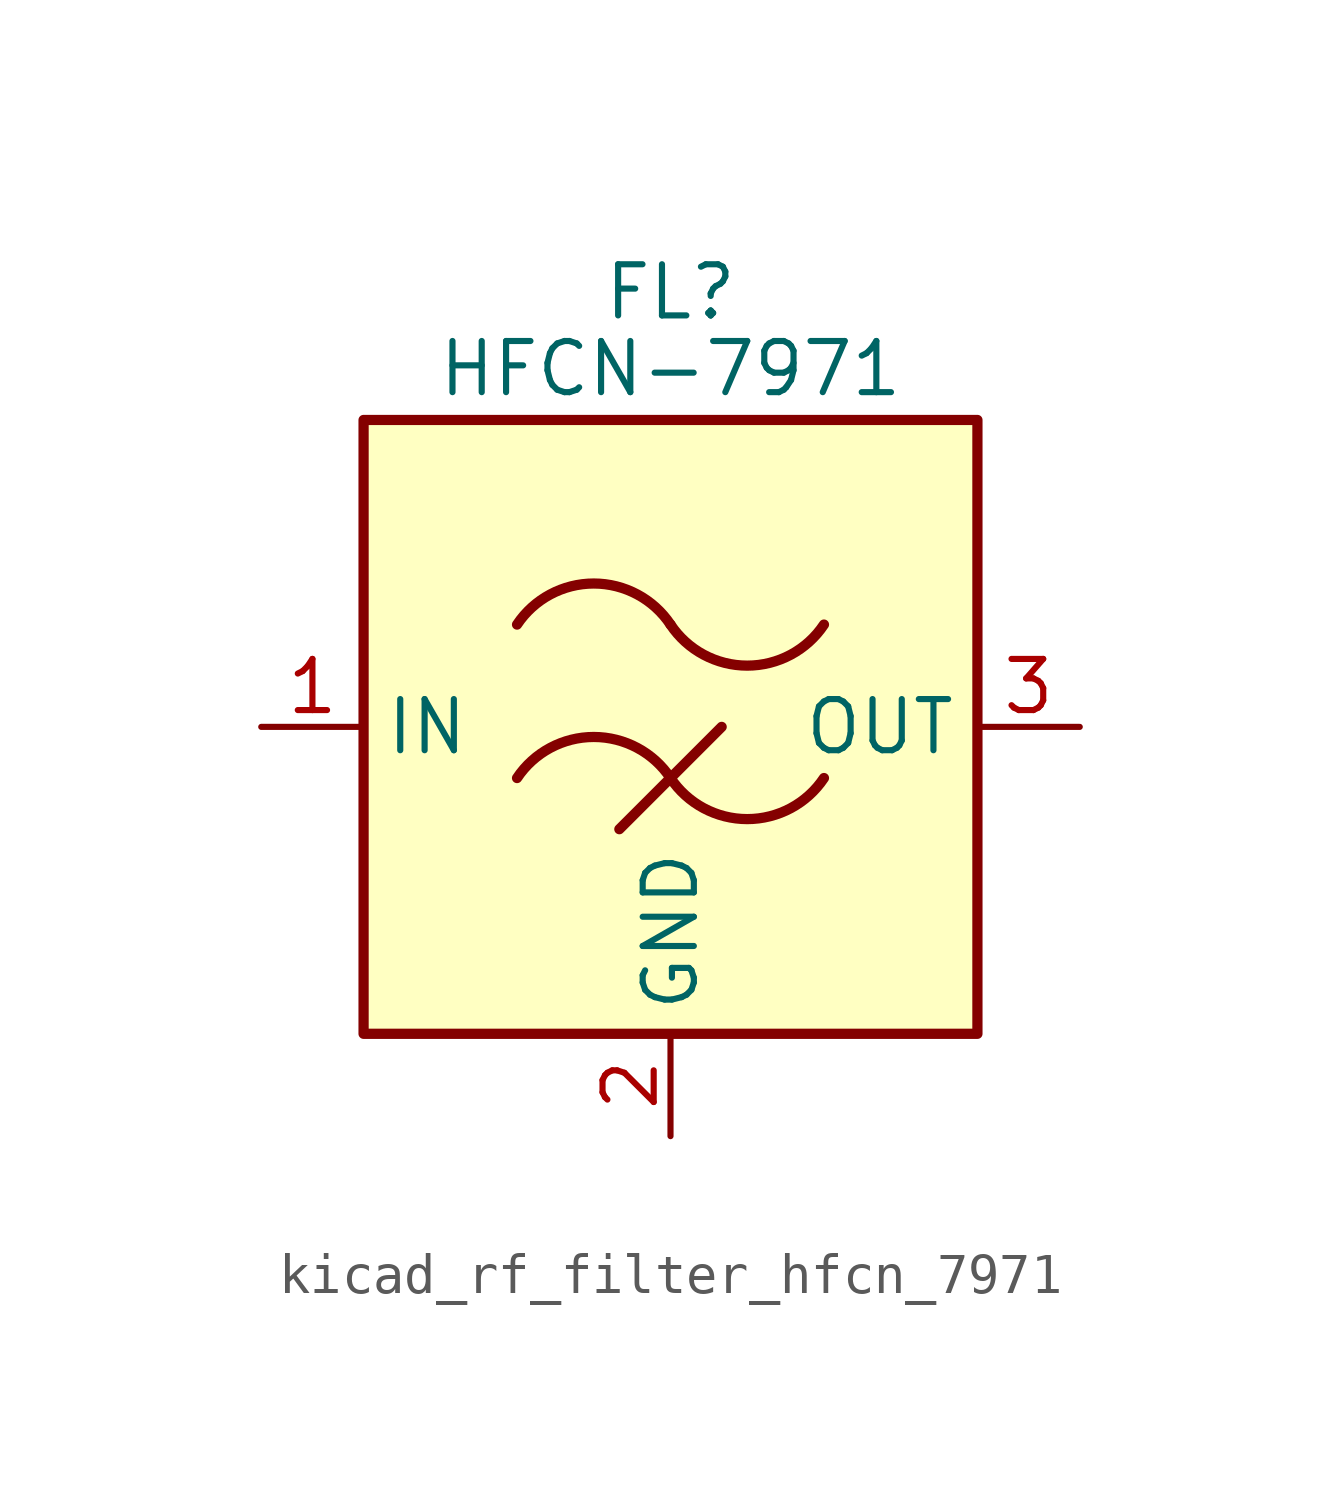
<source format=kicad_sym>
(kicad_symbol_lib
  (version 20220914)
  (generator kicad_symbol_editor)
  (symbol "kicad_rf_filter_hfcn_7971"
    (property "Reference" "FL"
      (at 0 10.795 0)
      (effects (font (size 1.27 1.27))))
    (property "Value" "HFCN-7971"
      (at 0 8.89 0)
      (effects (font (size 1.27 1.27))))
    (symbol "kicad_rf_filter_hfcn_7971_0_1"
      (rectangle (start -7.62 7.62) (end 7.62 -7.62) (stroke (width 0.254) (type default)) (fill (type background)))
      (arc (start 0 -1.27) (mid -1.905 -0.2505) (end -3.81 -1.27) (stroke (width 0.254) (type default)) (fill (type none)))
      (arc (start 0 -1.27) (mid 1.905 -2.2895) (end 3.81 -1.27) (stroke (width 0.254) (type default)) (fill (type none)))
      (polyline (pts (xy -1.27 -2.54) (xy 1.27 0)) (stroke (width 0.254) (type default)) (fill (type none)))
      (arc (start 0 2.54) (mid -1.905 3.5595) (end -3.81 2.54) (stroke (width 0.254) (type default)) (fill (type none)))
      (arc (start 0 2.54) (mid 1.905 1.5205) (end 3.81 2.54) (stroke (width 0.254) (type default)) (fill (type none))))
    (symbol "kicad_rf_filter_hfcn_7971_1_1"
      (pin passive line (at -10.16 0 0) (length 2.54) (name "IN" (effects (font (size 1.27 1.27)))) (number "1" (effects (font (size 1.27 1.27)))))
      (pin passive line (at 0 -10.16 90) (length 2.54) (name "GND" (effects (font (size 1.27 1.27)))) (number "2" (effects (font (size 1.27 1.27)))))
      (pin passive line (at 10.16 0 180) (length 2.54) (name "OUT" (effects (font (size 1.27 1.27)))) (number "3" (effects (font (size 1.27 1.27)))))
      (pin passive line (at 0 -10.16 90) (length 2.54) hide (name "GND" (effects (font (size 1.27 1.27)))) (number "4" (effects (font (size 1.27 1.27)))))
      (pin passive line (at 0 -10.16 90) (length 2.54) hide (name "GND" (effects (font (size 1.27 1.27)))) (number "5" (effects (font (size 1.27 1.27)))))
      (pin passive line (at 0 -10.16 90) (length 2.54) hide (name "GND" (effects (font (size 1.27 1.27)))) (number "6" (effects (font (size 1.27 1.27))))))))
</source>
